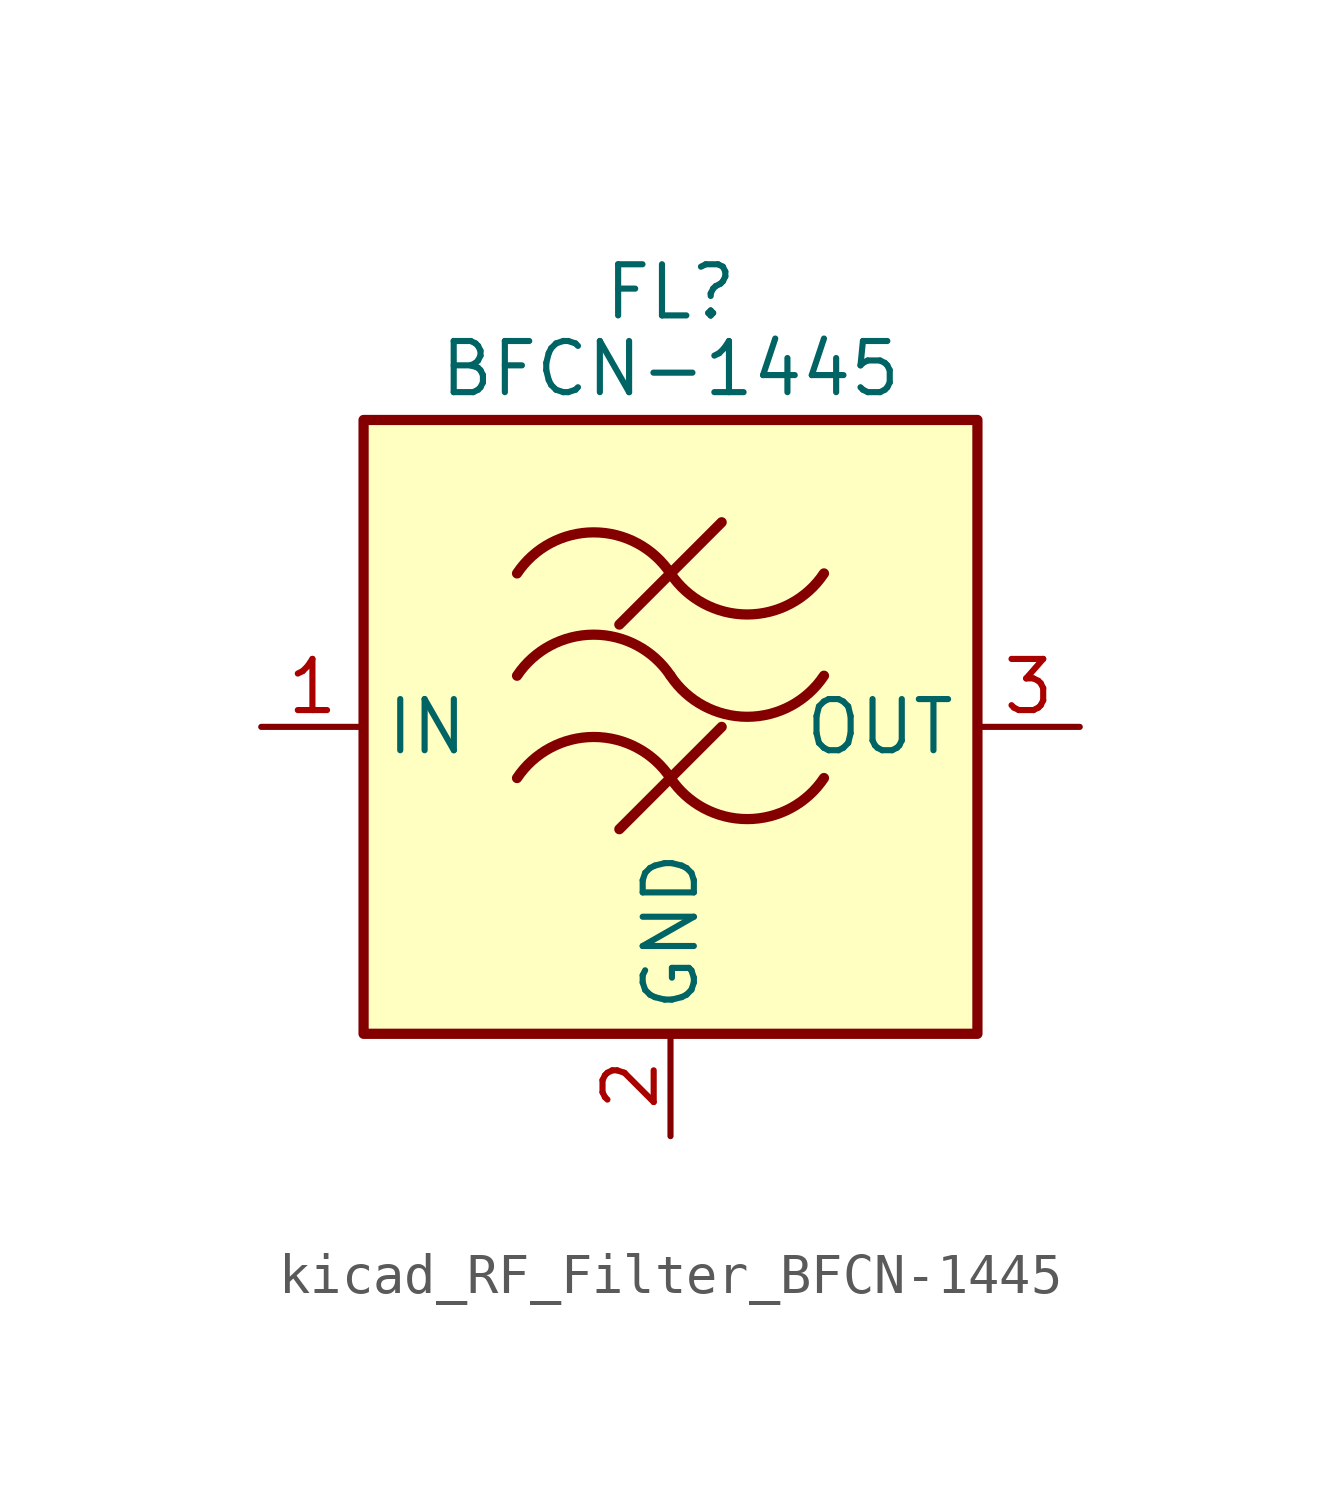
<source format=kicad_sym>
(kicad_symbol_lib
  (version 20220914)
  (generator kicad_symbol_editor)
  (symbol "kicad_RF_Filter_BFCN-1445"
    (property "Reference" "FL"
      (at 0 10.795 0)
      (effects (font (size 1.27 1.27))))
    (property "Value" "BFCN-1445"
      (at 0 8.89 0)
      (effects (font (size 1.27 1.27))))
    (symbol "kicad_RF_Filter_BFCN-1445_0_1"
      (rectangle (start -7.62 7.62) (end 7.62 -7.62) (stroke (width 0.254) (type default)) (fill (type background)))
      (arc (start 0 -1.27) (mid -1.905 -0.2505) (end -3.81 -1.27) (stroke (width 0.254) (type default)) (fill (type none)))
      (arc (start 0 -1.27) (mid 1.905 -2.2895) (end 3.81 -1.27) (stroke (width 0.254) (type default)) (fill (type none)))
      (polyline (pts (xy -1.27 -2.54) (xy 1.27 0)) (stroke (width 0.254) (type default)) (fill (type none)))
      (polyline (pts (xy -1.27 2.54) (xy 1.27 5.08)) (stroke (width 0.254) (type default)) (fill (type none)))
      (arc (start 0 1.27) (mid -1.905 2.2895) (end -3.81 1.27) (stroke (width 0.254) (type default)) (fill (type none)))
      (arc (start 0 1.27) (mid 1.905 0.2505) (end 3.81 1.27) (stroke (width 0.254) (type default)) (fill (type none)))
      (arc (start 0 3.81) (mid -1.905 4.8295) (end -3.81 3.81) (stroke (width 0.254) (type default)) (fill (type none)))
      (arc (start 0 3.81) (mid 1.905 2.7905) (end 3.81 3.81) (stroke (width 0.254) (type default)) (fill (type none))))
    (symbol "kicad_RF_Filter_BFCN-1445_1_1"
      (pin passive line (at -10.16 0 0) (length 2.54) (name "IN" (effects (font (size 1.27 1.27)))) (number "1" (effects (font (size 1.27 1.27)))))
      (pin passive line (at 0 -10.16 90) (length 2.54) (name "GND" (effects (font (size 1.27 1.27)))) (number "2" (effects (font (size 1.27 1.27)))))
      (pin passive line (at 10.16 0 180) (length 2.54) (name "OUT" (effects (font (size 1.27 1.27)))) (number "3" (effects (font (size 1.27 1.27)))))
      (pin passive line (at 0 -10.16 90) (length 2.54) hide (name "GND" (effects (font (size 1.27 1.27)))) (number "4" (effects (font (size 1.27 1.27))))))))
</source>
